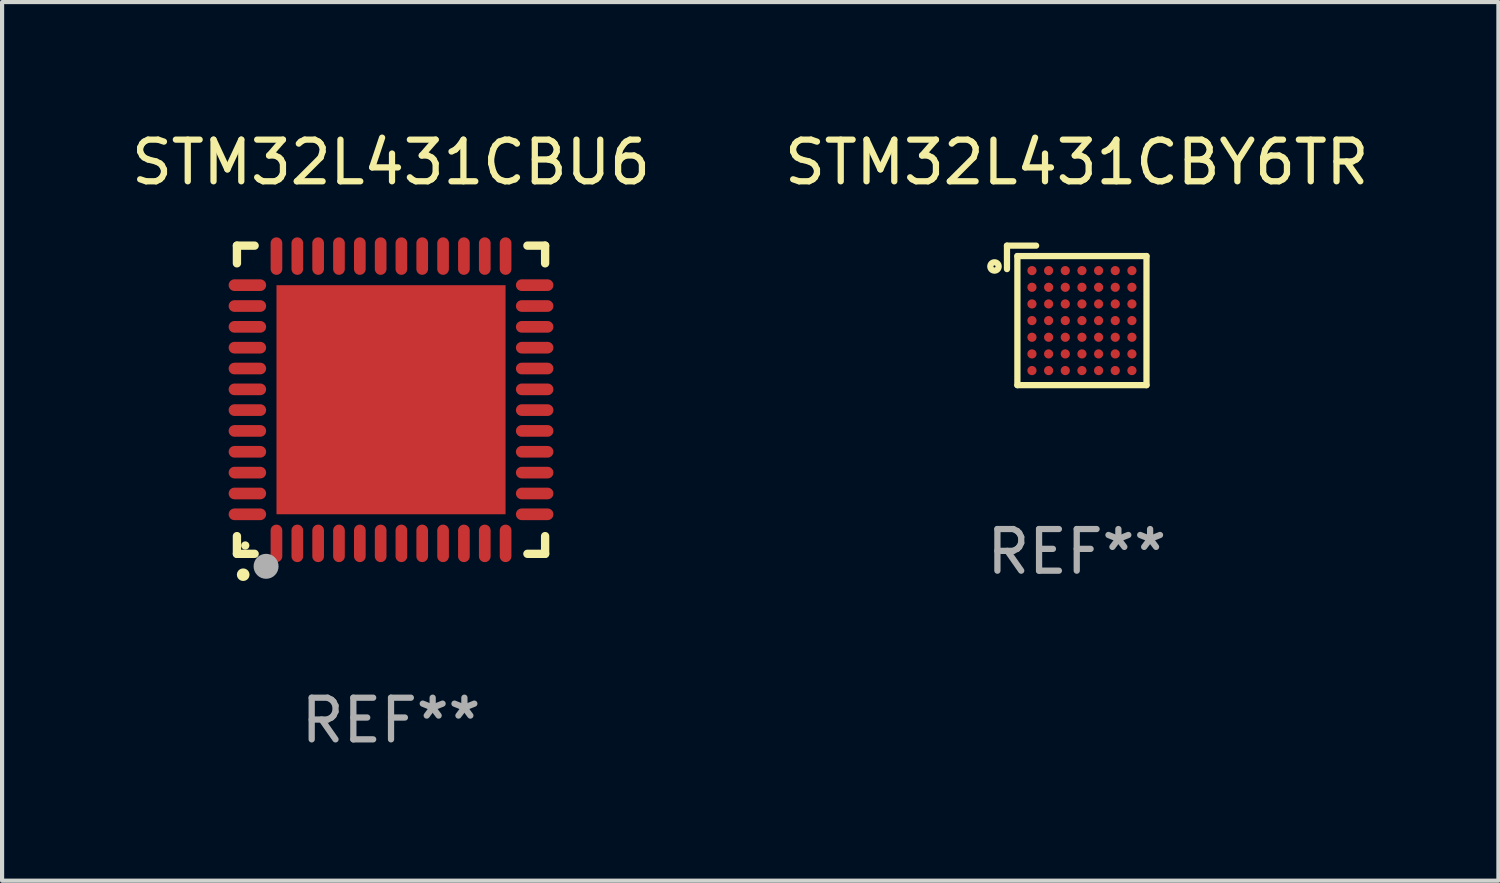
<source format=kicad_pcb>
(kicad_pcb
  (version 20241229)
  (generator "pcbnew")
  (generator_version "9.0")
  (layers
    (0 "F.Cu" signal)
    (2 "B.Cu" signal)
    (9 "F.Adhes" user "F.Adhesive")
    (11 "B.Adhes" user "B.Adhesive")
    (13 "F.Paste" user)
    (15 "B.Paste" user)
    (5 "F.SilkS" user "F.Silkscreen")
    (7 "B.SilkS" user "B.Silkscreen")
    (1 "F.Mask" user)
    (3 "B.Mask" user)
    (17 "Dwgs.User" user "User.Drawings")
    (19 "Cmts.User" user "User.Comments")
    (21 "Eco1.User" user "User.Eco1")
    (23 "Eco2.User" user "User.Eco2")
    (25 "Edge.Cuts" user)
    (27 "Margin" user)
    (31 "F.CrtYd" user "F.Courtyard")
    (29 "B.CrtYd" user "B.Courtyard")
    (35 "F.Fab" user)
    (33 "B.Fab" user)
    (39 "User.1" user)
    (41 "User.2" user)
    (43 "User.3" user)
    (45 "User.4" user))
  (footprint "STM32L431CBY6TR"
    (layer "F.Cu")
    (at 22.804 4.523)
    (property "Reference" "STM32L431CBY6TR" (at 0 -3.675 0) (layer "F.SilkS") (effects (font (size 1 1) (thickness 0.15))))
    (attr through_hole)
    (fp_line (start -1.675 -1.675) (end -1.675 -1.112) (stroke (width 0.15) (type solid)) (layer "F.SilkS"))
    (fp_line (start -1.425 -1.425) (end -1.425 1.675) (stroke (width 0.15) (type solid)) (layer "F.SilkS"))
    (fp_line (start -1.425 -1.425) (end 1.675 -1.425) (stroke (width 0.15) (type solid)) (layer "F.SilkS"))
    (fp_line (start -1.425 1.675) (end 1.675 1.675) (stroke (width 0.15) (type solid)) (layer "F.SilkS"))
    (fp_line (start -0.975 -1.675) (end -1.675 -1.675) (stroke (width 0.15) (type solid)) (layer "F.SilkS"))
    (fp_line (start 1.675 -1.425) (end 1.675 1.675) (stroke (width 0.15) (type solid)) (layer "F.SilkS"))
    (fp_circle (center -1.975 -1.175) (end -1.875 -1.175) (stroke (width 0.15) (type solid)) (fill no) (layer "F.SilkS"))
    (fp_text user "REF**" (at 0 5.675 0) (layer "F.Fab") (effects (font (size 1 1) (thickness 0.15))))
    (pad "A1" smd circle (at -1.075 -1.075) (size 0.22 0.22) (layers "F.Cu" "F.Mask" "F.Paste"))
    (pad "A2" smd circle (at -0.675 -1.075) (size 0.22 0.22) (layers "F.Cu" "F.Mask" "F.Paste"))
    (pad "A3" smd circle (at -0.275 -1.075) (size 0.22 0.22) (layers "F.Cu" "F.Mask" "F.Paste"))
    (pad "A4" smd circle (at 0.125 -1.075) (size 0.22 0.22) (layers "F.Cu" "F.Mask" "F.Paste"))
    (pad "A5" smd circle (at 0.525 -1.075) (size 0.22 0.22) (layers "F.Cu" "F.Mask" "F.Paste"))
    (pad "A6" smd circle (at 0.925 -1.075) (size 0.22 0.22) (layers "F.Cu" "F.Mask" "F.Paste"))
    (pad "A7" smd circle (at 1.325 -1.075) (size 0.22 0.22) (layers "F.Cu" "F.Mask" "F.Paste"))
    (pad "B1" smd circle (at -1.075 -0.675) (size 0.22 0.22) (layers "F.Cu" "F.Mask" "F.Paste"))
    (pad "B2" smd circle (at -0.675 -0.675) (size 0.22 0.22) (layers "F.Cu" "F.Mask" "F.Paste"))
    (pad "B3" smd circle (at -0.275 -0.675) (size 0.22 0.22) (layers "F.Cu" "F.Mask" "F.Paste"))
    (pad "B4" smd circle (at 0.125 -0.675) (size 0.22 0.22) (layers "F.Cu" "F.Mask" "F.Paste"))
    (pad "B5" smd circle (at 0.525 -0.675) (size 0.22 0.22) (layers "F.Cu" "F.Mask" "F.Paste"))
    (pad "B6" smd circle (at 0.925 -0.675) (size 0.22 0.22) (layers "F.Cu" "F.Mask" "F.Paste"))
    (pad "B7" smd circle (at 1.325 -0.675) (size 0.22 0.22) (layers "F.Cu" "F.Mask" "F.Paste"))
    (pad "C1" smd circle (at -1.075 -0.275) (size 0.22 0.22) (layers "F.Cu" "F.Mask" "F.Paste"))
    (pad "C2" smd circle (at -0.675 -0.275) (size 0.22 0.22) (layers "F.Cu" "F.Mask" "F.Paste"))
    (pad "C3" smd circle (at -0.275 -0.275) (size 0.22 0.22) (layers "F.Cu" "F.Mask" "F.Paste"))
    (pad "C4" smd circle (at 0.125 -0.275) (size 0.22 0.22) (layers "F.Cu" "F.Mask" "F.Paste"))
    (pad "C5" smd circle (at 0.525 -0.275) (size 0.22 0.22) (layers "F.Cu" "F.Mask" "F.Paste"))
    (pad "C6" smd circle (at 0.925 -0.275) (size 0.22 0.22) (layers "F.Cu" "F.Mask" "F.Paste"))
    (pad "C7" smd circle (at 1.325 -0.275) (size 0.22 0.22) (layers "F.Cu" "F.Mask" "F.Paste"))
    (pad "D1" smd circle (at -1.075 0.125) (size 0.22 0.22) (layers "F.Cu" "F.Mask" "F.Paste"))
    (pad "D2" smd circle (at -0.675 0.125) (size 0.22 0.22) (layers "F.Cu" "F.Mask" "F.Paste"))
    (pad "D3" smd circle (at -0.275 0.125) (size 0.22 0.22) (layers "F.Cu" "F.Mask" "F.Paste"))
    (pad "D4" smd circle (at 0.125 0.125) (size 0.22 0.22) (layers "F.Cu" "F.Mask" "F.Paste"))
    (pad "D5" smd circle (at 0.525 0.125) (size 0.22 0.22) (layers "F.Cu" "F.Mask" "F.Paste"))
    (pad "D6" smd circle (at 0.925 0.125) (size 0.22 0.22) (layers "F.Cu" "F.Mask" "F.Paste"))
    (pad "D7" smd circle (at 1.325 0.125) (size 0.22 0.22) (layers "F.Cu" "F.Mask" "F.Paste"))
    (pad "E1" smd circle (at -1.075 0.525) (size 0.22 0.22) (layers "F.Cu" "F.Mask" "F.Paste"))
    (pad "E2" smd circle (at -0.675 0.525) (size 0.22 0.22) (layers "F.Cu" "F.Mask" "F.Paste"))
    (pad "E3" smd circle (at -0.275 0.525) (size 0.22 0.22) (layers "F.Cu" "F.Mask" "F.Paste"))
    (pad "E4" smd circle (at 0.125 0.525) (size 0.22 0.22) (layers "F.Cu" "F.Mask" "F.Paste"))
    (pad "E5" smd circle (at 0.525 0.525) (size 0.22 0.22) (layers "F.Cu" "F.Mask" "F.Paste"))
    (pad "E6" smd circle (at 0.925 0.525) (size 0.22 0.22) (layers "F.Cu" "F.Mask" "F.Paste"))
    (pad "E7" smd circle (at 1.325 0.525) (size 0.22 0.22) (layers "F.Cu" "F.Mask" "F.Paste"))
    (pad "F1" smd circle (at -1.075 0.925) (size 0.22 0.22) (layers "F.Cu" "F.Mask" "F.Paste"))
    (pad "F2" smd circle (at -0.675 0.925) (size 0.22 0.22) (layers "F.Cu" "F.Mask" "F.Paste"))
    (pad "F3" smd circle (at -0.275 0.925) (size 0.22 0.22) (layers "F.Cu" "F.Mask" "F.Paste"))
    (pad "F4" smd circle (at 0.125 0.925) (size 0.22 0.22) (layers "F.Cu" "F.Mask" "F.Paste"))
    (pad "F5" smd circle (at 0.525 0.925) (size 0.22 0.22) (layers "F.Cu" "F.Mask" "F.Paste"))
    (pad "F6" smd circle (at 0.925 0.925) (size 0.22 0.22) (layers "F.Cu" "F.Mask" "F.Paste"))
    (pad "F7" smd circle (at 1.325 0.925) (size 0.22 0.22) (layers "F.Cu" "F.Mask" "F.Paste"))
    (pad "G1" smd circle (at -1.075 1.325) (size 0.22 0.22) (layers "F.Cu" "F.Mask" "F.Paste"))
    (pad "G2" smd circle (at -0.675 1.325) (size 0.22 0.22) (layers "F.Cu" "F.Mask" "F.Paste"))
    (pad "G3" smd circle (at -0.275 1.325) (size 0.22 0.22) (layers "F.Cu" "F.Mask" "F.Paste"))
    (pad "G4" smd circle (at 0.125 1.325) (size 0.22 0.22) (layers "F.Cu" "F.Mask" "F.Paste"))
    (pad "G5" smd circle (at 0.525 1.325) (size 0.22 0.22) (layers "F.Cu" "F.Mask" "F.Paste"))
    (pad "G6" smd circle (at 0.925 1.325) (size 0.22 0.22) (layers "F.Cu" "F.Mask" "F.Paste"))
    (pad "G7" smd circle (at 1.325 1.325) (size 0.22 0.22) (layers "F.Cu" "F.Mask" "F.Paste")))
  (footprint "STM32L431CBU6"
    (layer "F.Cu")
    (at 6.339 6.548)
    (property "Reference" "STM32L431CBU6" (at 0 -5.7 0) (layer "F.SilkS") (effects (font (size 1 1) (thickness 0.15))))
    (attr through_hole)
    (fp_line (start -3.7 -3.7) (end -3.275 -3.7) (stroke (width 0.2) (type solid)) (layer "F.SilkS"))
    (fp_line (start -3.7 -3.275) (end -3.7 -3.7) (stroke (width 0.2) (type solid)) (layer "F.SilkS"))
    (fp_line (start -3.7 3.7) (end -3.7 3.275) (stroke (width 0.2) (type solid)) (layer "F.SilkS"))
    (fp_line (start -3.275 3.7) (end -3.7 3.7) (stroke (width 0.2) (type solid)) (layer "F.SilkS"))
    (fp_line (start 3.7 -3.7) (end 3.275 -3.7) (stroke (width 0.2) (type solid)) (layer "F.SilkS"))
    (fp_line (start 3.7 -3.275) (end 3.7 -3.7) (stroke (width 0.2) (type solid)) (layer "F.SilkS"))
    (fp_line (start 3.7 3.275) (end 3.7 3.7) (stroke (width 0.2) (type solid)) (layer "F.SilkS"))
    (fp_line (start 3.7 3.7) (end 3.275 3.7) (stroke (width 0.2) (type solid)) (layer "F.SilkS"))
    (fp_arc (start -3.550927 4.201168) (mid -3.549657 4.201163) (end -3.548387 4.201168) (stroke (width 0.3) (type solid)) (layer "F.SilkS"))
    (fp_circle (center -3.5 3.5) (end -3.45 3.5) (stroke (width 0.1) (type solid)) (fill no) (layer "F.SilkS"))
    (fp_circle (center -3 4) (end -2.85 4) (stroke (width 0.3) (type solid)) (fill no) (layer "F.Fab"))
    (fp_text user "REF**" (at 0 7.7 0) (layer "F.Fab") (effects (font (size 1 1) (thickness 0.15))))
    (pad "1" smd oval (at -2.751 3.449) (size 0.28 0.9) (layers "F.Cu" "F.Mask" "F.Paste"))
    (pad "2" smd oval (at -2.25 3.449) (size 0.28 0.9) (layers "F.Cu" "F.Mask" "F.Paste"))
    (pad "3" smd oval (at -1.75 3.449) (size 0.28 0.9) (layers "F.Cu" "F.Mask" "F.Paste"))
    (pad "4" smd oval (at -1.25 3.449) (size 0.28 0.9) (layers "F.Cu" "F.Mask" "F.Paste"))
    (pad "5" smd oval (at -0.749 3.449) (size 0.28 0.9) (layers "F.Cu" "F.Mask" "F.Paste"))
    (pad "6" smd oval (at -0.249 3.449) (size 0.28 0.9) (layers "F.Cu" "F.Mask" "F.Paste"))
    (pad "7" smd oval (at 0.249 3.449) (size 0.28 0.9) (layers "F.Cu" "F.Mask" "F.Paste"))
    (pad "8" smd oval (at 0.749 3.449) (size 0.28 0.9) (layers "F.Cu" "F.Mask" "F.Paste"))
    (pad "9" smd oval (at 1.25 3.449) (size 0.28 0.9) (layers "F.Cu" "F.Mask" "F.Paste"))
    (pad "10" smd oval (at 1.75 3.449) (size 0.28 0.9) (layers "F.Cu" "F.Mask" "F.Paste"))
    (pad "11" smd oval (at 2.251 3.449) (size 0.28 0.9) (layers "F.Cu" "F.Mask" "F.Paste"))
    (pad "12" smd oval (at 2.751 3.449) (size 0.28 0.9) (layers "F.Cu" "F.Mask" "F.Paste"))
    (pad "13" smd oval (at 3.449 2.751) (size 0.9 0.28) (layers "F.Cu" "F.Mask" "F.Paste"))
    (pad "14" smd oval (at 3.449 2.251) (size 0.9 0.28) (layers "F.Cu" "F.Mask" "F.Paste"))
    (pad "15" smd oval (at 3.449 1.75) (size 0.9 0.28) (layers "F.Cu" "F.Mask" "F.Paste"))
    (pad "16" smd oval (at 3.449 1.25) (size 0.9 0.28) (layers "F.Cu" "F.Mask" "F.Paste"))
    (pad "17" smd oval (at 3.449 0.749) (size 0.9 0.28) (layers "F.Cu" "F.Mask" "F.Paste"))
    (pad "18" smd oval (at 3.449 0.249) (size 0.9 0.28) (layers "F.Cu" "F.Mask" "F.Paste"))
    (pad "19" smd oval (at 3.449 -0.249) (size 0.9 0.28) (layers "F.Cu" "F.Mask" "F.Paste"))
    (pad "20" smd oval (at 3.449 -0.749) (size 0.9 0.28) (layers "F.Cu" "F.Mask" "F.Paste"))
    (pad "21" smd oval (at 3.449 -1.25) (size 0.9 0.28) (layers "F.Cu" "F.Mask" "F.Paste"))
    (pad "22" smd oval (at 3.449 -1.75) (size 0.9 0.28) (layers "F.Cu" "F.Mask" "F.Paste"))
    (pad "23" smd oval (at 3.449 -2.25) (size 0.9 0.28) (layers "F.Cu" "F.Mask" "F.Paste"))
    (pad "24" smd oval (at 3.449 -2.751) (size 0.9 0.28) (layers "F.Cu" "F.Mask" "F.Paste"))
    (pad "25" smd oval (at 2.751 -3.449) (size 0.28 0.9) (layers "F.Cu" "F.Mask" "F.Paste"))
    (pad "26" smd oval (at 2.251 -3.449) (size 0.28 0.9) (layers "F.Cu" "F.Mask" "F.Paste"))
    (pad "27" smd oval (at 1.75 -3.449) (size 0.28 0.9) (layers "F.Cu" "F.Mask" "F.Paste"))
    (pad "28" smd oval (at 1.25 -3.449) (size 0.28 0.9) (layers "F.Cu" "F.Mask" "F.Paste"))
    (pad "29" smd oval (at 0.749 -3.449) (size 0.28 0.9) (layers "F.Cu" "F.Mask" "F.Paste"))
    (pad "30" smd oval (at 0.249 -3.449) (size 0.28 0.9) (layers "F.Cu" "F.Mask" "F.Paste"))
    (pad "31" smd oval (at -0.249 -3.449) (size 0.28 0.9) (layers "F.Cu" "F.Mask" "F.Paste"))
    (pad "32" smd oval (at -0.749 -3.449) (size 0.28 0.9) (layers "F.Cu" "F.Mask" "F.Paste"))
    (pad "33" smd oval (at -1.25 -3.449) (size 0.28 0.9) (layers "F.Cu" "F.Mask" "F.Paste"))
    (pad "34" smd oval (at -1.75 -3.449) (size 0.28 0.9) (layers "F.Cu" "F.Mask" "F.Paste"))
    (pad "35" smd oval (at -2.25 -3.449) (size 0.28 0.9) (layers "F.Cu" "F.Mask" "F.Paste"))
    (pad "36" smd oval (at -2.751 -3.449) (size 0.28 0.9) (layers "F.Cu" "F.Mask" "F.Paste"))
    (pad "37" smd oval (at -3.449 -2.751) (size 0.9 0.28) (layers "F.Cu" "F.Mask" "F.Paste"))
    (pad "38" smd oval (at -3.449 -2.25) (size 0.9 0.28) (layers "F.Cu" "F.Mask" "F.Paste"))
    (pad "39" smd oval (at -3.449 -1.75) (size 0.9 0.28) (layers "F.Cu" "F.Mask" "F.Paste"))
    (pad "40" smd oval (at -3.449 -1.25) (size 0.9 0.28) (layers "F.Cu" "F.Mask" "F.Paste"))
    (pad "41" smd oval (at -3.449 -0.749) (size 0.9 0.28) (layers "F.Cu" "F.Mask" "F.Paste"))
    (pad "42" smd oval (at -3.449 -0.249) (size 0.9 0.28) (layers "F.Cu" "F.Mask" "F.Paste"))
    (pad "43" smd oval (at -3.449 0.249) (size 0.9 0.28) (layers "F.Cu" "F.Mask" "F.Paste"))
    (pad "44" smd oval (at -3.449 0.749) (size 0.9 0.28) (layers "F.Cu" "F.Mask" "F.Paste"))
    (pad "45" smd oval (at -3.449 1.25) (size 0.9 0.28) (layers "F.Cu" "F.Mask" "F.Paste"))
    (pad "46" smd oval (at -3.449 1.75) (size 0.9 0.28) (layers "F.Cu" "F.Mask" "F.Paste"))
    (pad "47" smd oval (at -3.449 2.251) (size 0.9 0.28) (layers "F.Cu" "F.Mask" "F.Paste"))
    (pad "48" smd oval (at -3.449 2.751) (size 0.9 0.28) (layers "F.Cu" "F.Mask" "F.Paste"))
    (pad "49" smd rect (at 0.000076 0.000076) (size 5.5 5.5) (layers "F.Cu" "F.Mask" "F.Paste")))
  (gr_rect
    (start -3 -3)
    (end 32.929 18.097)
    (stroke (width 0.1) (type default))
    (fill no)
    (layer "Edge.Cuts")))
</source>
